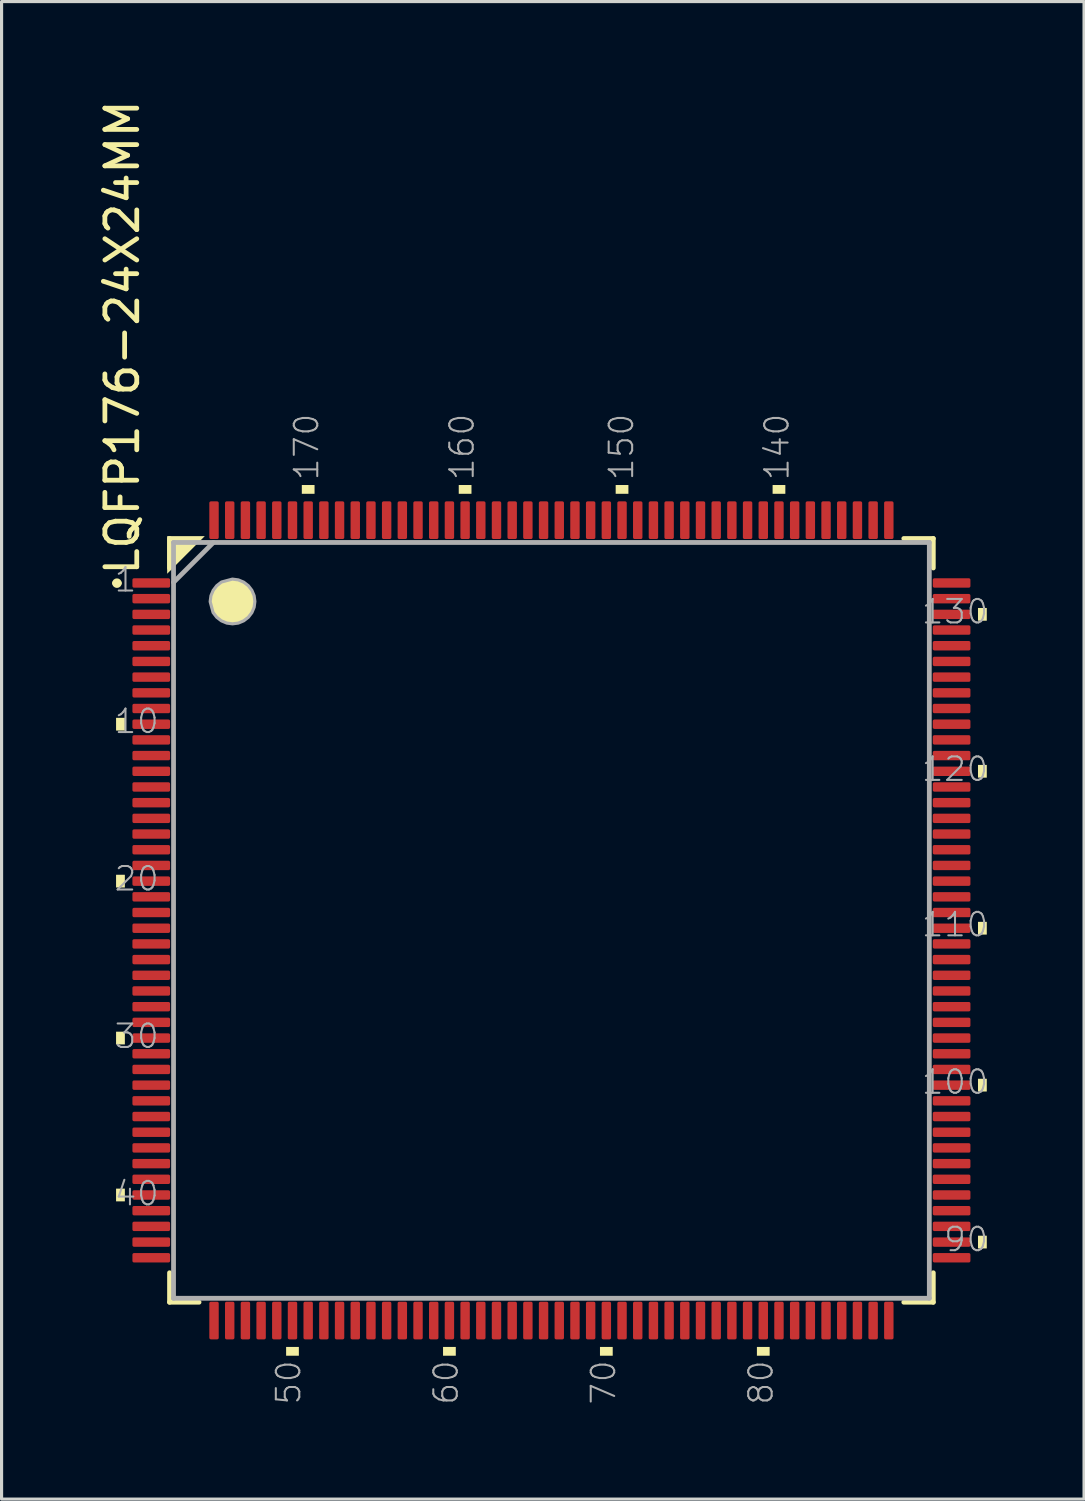
<source format=kicad_pcb>
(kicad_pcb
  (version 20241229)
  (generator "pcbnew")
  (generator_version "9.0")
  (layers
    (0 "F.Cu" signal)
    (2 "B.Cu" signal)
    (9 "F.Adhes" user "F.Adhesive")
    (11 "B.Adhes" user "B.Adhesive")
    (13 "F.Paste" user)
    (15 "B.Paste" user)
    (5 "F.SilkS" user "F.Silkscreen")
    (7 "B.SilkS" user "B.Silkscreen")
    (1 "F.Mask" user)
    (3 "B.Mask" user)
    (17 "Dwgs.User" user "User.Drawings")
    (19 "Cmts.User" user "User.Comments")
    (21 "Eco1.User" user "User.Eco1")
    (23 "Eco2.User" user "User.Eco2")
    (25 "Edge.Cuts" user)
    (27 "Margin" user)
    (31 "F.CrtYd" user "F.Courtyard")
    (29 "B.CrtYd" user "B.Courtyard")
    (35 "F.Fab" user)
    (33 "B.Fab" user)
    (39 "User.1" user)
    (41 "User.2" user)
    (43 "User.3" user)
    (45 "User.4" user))
  (footprint "LQFP176-24X24MM"
    (layer "F.Cu")
    (at 14.519 26.274)
    (property "Reference" "LQFP176-24X24MM" (at -14.268 -10.925 90) (layer "F.SilkS") (effects (font (size 1.016 1.016) (thickness 0.152)) (justify left top)))
    (attr smd)
    (fp_line (start -12.167 -12.167) (end -12.167 -11.227) (stroke (width 0.152) (type solid)) (layer "F.SilkS"))
    (fp_line (start -12.167 11.227) (end -12.167 12.167) (stroke (width 0.152) (type solid)) (layer "F.SilkS"))
    (fp_line (start -12.167 12.167) (end -11.227 12.167) (stroke (width 0.152) (type solid)) (layer "F.SilkS"))
    (fp_line (start 11.227 12.167) (end 12.167 12.167) (stroke (width 0.152) (type solid)) (layer "F.SilkS"))
    (fp_line (start 12.167 -12.167) (end 11.227 -12.167) (stroke (width 0.152) (type solid)) (layer "F.SilkS"))
    (fp_line (start 12.167 -11.227) (end 12.167 -12.167) (stroke (width 0.152) (type solid)) (layer "F.SilkS"))
    (fp_line (start 12.167 12.167) (end 12.167 11.227) (stroke (width 0.152) (type solid)) (layer "F.SilkS"))
    (fp_arc (start -13.9192 -10.7442) (mid -13.843 -10.8204) (end -13.7668 -10.7442) (stroke (width 0.1524) (type solid)) (layer "F.SilkS"))
    (fp_arc (start -13.7668 -10.7442) (mid -13.843 -10.668) (end -13.9192 -10.7442) (stroke (width 0.1524) (type solid)) (layer "F.SilkS"))
    (fp_poly (pts (xy -12.243 -11.043) (xy -12.243 -12.243) (xy -11.043 -12.243)) (stroke (width 0) (type default)) (fill yes) (layer "F.SilkS"))
    (fp_poly (pts (xy -13.591 -6.047) (xy -13.871 -6.047) (xy -13.871 -6.453) (xy -13.591 -6.453)) (stroke (width 0) (type default)) (fill yes) (layer "F.SilkS"))
    (fp_poly (pts (xy -13.591 -1.047) (xy -13.871 -1.047) (xy -13.871 -1.453) (xy -13.591 -1.453)) (stroke (width 0) (type default)) (fill yes) (layer "F.SilkS"))
    (fp_poly (pts (xy -13.591 3.953) (xy -13.871 3.953) (xy -13.871 3.547) (xy -13.591 3.547)) (stroke (width 0) (type default)) (fill yes) (layer "F.SilkS"))
    (fp_poly (pts (xy -13.591 8.953) (xy -13.871 8.953) (xy -13.871 8.547) (xy -13.591 8.547)) (stroke (width 0) (type default)) (fill yes) (layer "F.SilkS"))
    (fp_poly (pts (xy -8.047 13.871) (xy -8.453 13.871) (xy -8.453 13.591) (xy -8.047 13.591)) (stroke (width 0) (type default)) (fill yes) (layer "F.SilkS"))
    (fp_poly (pts (xy -7.547 -13.591) (xy -7.953 -13.591) (xy -7.953 -13.871) (xy -7.547 -13.871)) (stroke (width 0) (type default)) (fill yes) (layer "F.SilkS"))
    (fp_poly (pts (xy -3.047 13.871) (xy -3.453 13.871) (xy -3.453 13.591) (xy -3.047 13.591)) (stroke (width 0) (type default)) (fill yes) (layer "F.SilkS"))
    (fp_poly (pts (xy -2.547 -13.591) (xy -2.953 -13.591) (xy -2.953 -13.871) (xy -2.547 -13.871)) (stroke (width 0) (type default)) (fill yes) (layer "F.SilkS"))
    (fp_poly (pts (xy 1.953 13.871) (xy 1.547 13.871) (xy 1.547 13.591) (xy 1.953 13.591)) (stroke (width 0) (type default)) (fill yes) (layer "F.SilkS"))
    (fp_poly (pts (xy 2.453 -13.591) (xy 2.047 -13.591) (xy 2.047 -13.871) (xy 2.453 -13.871)) (stroke (width 0) (type default)) (fill yes) (layer "F.SilkS"))
    (fp_poly (pts (xy 6.953 13.871) (xy 6.547 13.871) (xy 6.547 13.591) (xy 6.953 13.591)) (stroke (width 0) (type default)) (fill yes) (layer "F.SilkS"))
    (fp_poly (pts (xy 7.453 -13.591) (xy 7.047 -13.591) (xy 7.047 -13.871) (xy 7.453 -13.871)) (stroke (width 0) (type default)) (fill yes) (layer "F.SilkS"))
    (fp_poly (pts (xy 13.871 -9.547) (xy 13.591 -9.547) (xy 13.591 -9.953) (xy 13.871 -9.953)) (stroke (width 0) (type default)) (fill yes) (layer "F.SilkS"))
    (fp_poly (pts (xy 13.871 -4.547) (xy 13.591 -4.547) (xy 13.591 -4.953) (xy 13.871 -4.953)) (stroke (width 0) (type default)) (fill yes) (layer "F.SilkS"))
    (fp_poly (pts (xy 13.871 0.453) (xy 13.591 0.453) (xy 13.591 0.047) (xy 13.871 0.047)) (stroke (width 0) (type default)) (fill yes) (layer "F.SilkS"))
    (fp_poly (pts (xy 13.871 5.453) (xy 13.591 5.453) (xy 13.591 5.047) (xy 13.871 5.047)) (stroke (width 0) (type default)) (fill yes) (layer "F.SilkS"))
    (fp_poly (pts (xy 13.871 10.453) (xy 13.591 10.453) (xy 13.591 10.047) (xy 13.871 10.047)) (stroke (width 0) (type default)) (fill yes) (layer "F.SilkS"))
    (fp_poly (pts (xy -9.976 -10.848) (xy -9.804 -10.776) (xy -9.657 -10.663) (xy -9.544 -10.516) (xy -9.472 -10.344) (xy -9.448 -10.16) (xy -9.472 -9.976) (xy -9.544 -9.804) (xy -9.657 -9.657) (xy -9.804 -9.544) (xy -9.976 -9.472) (xy -10.16 -9.448) (xy -10.344 -9.472) (xy -10.516 -9.544) (xy -10.663 -9.657) (xy -10.78 -9.808) (xy -10.873 -10.155) (xy -10.848 -10.344) (xy -10.776 -10.516) (xy -10.663 -10.663) (xy -10.512 -10.78) (xy -10.165 -10.873)) (stroke (width 0) (type default)) (fill yes) (layer "F.SilkS"))
    (fp_line (start -12.04 -12.04) (end -12.04 12.04) (stroke (width 0.152) (type solid)) (layer "F.Fab"))
    (fp_line (start -12.04 -10.77) (end -10.77 -12.04) (stroke (width 0.152) (type solid)) (layer "F.Fab"))
    (fp_line (start -12.04 12.04) (end 12.04 12.04) (stroke (width 0.152) (type solid)) (layer "F.Fab"))
    (fp_line (start 12.04 -12.04) (end -12.04 -12.04) (stroke (width 0.152) (type solid)) (layer "F.Fab"))
    (fp_line (start 12.04 12.04) (end 12.04 -12.04) (stroke (width 0.152) (type solid)) (layer "F.Fab"))
    (fp_poly (pts (xy -9.976 -10.848) (xy -9.804 -10.776) (xy -9.657 -10.663) (xy -9.544 -10.516) (xy -9.472 -10.344) (xy -9.448 -10.16) (xy -9.472 -9.976) (xy -9.544 -9.804) (xy -9.657 -9.657) (xy -9.804 -9.544) (xy -9.976 -9.472) (xy -10.16 -9.448) (xy -10.344 -9.472) (xy -10.516 -9.544) (xy -10.663 -9.657) (xy -10.78 -9.808) (xy -10.873 -10.155) (xy -10.848 -10.344) (xy -10.776 -10.516) (xy -10.663 -10.663) (xy -10.512 -10.78) (xy -10.165 -10.873)) (stroke (width 0.1) (type default)) (fill no) (layer "F.Fab"))
    (fp_text user "150" (at 2.667 -13.97 90) (layer "F.Fab") (effects (font (size 0.748 0.748) (thickness 0.065)) (justify left bottom)))
    (fp_text user "10" (at -13.97 -5.905 180) (layer "F.Fab") (effects (font (size 0.748 0.748) (thickness 0.065)) (justify left bottom)))
    (fp_text user "140" (at 7.62 -13.97 90) (layer "F.Fab") (effects (font (size 0.748 0.748) (thickness 0.065)) (justify left bottom)))
    (fp_text user "80" (at 7.112 13.97 90) (layer "F.Fab") (effects (font (size 0.748 0.748) (thickness 0.065)) (justify right bottom)))
    (fp_text user "110" (at 13.97 0.572 180) (layer "F.Fab") (effects (font (size 0.748 0.748) (thickness 0.065)) (justify right bottom)))
    (fp_text user "40" (at -13.97 9.144 180) (layer "F.Fab") (effects (font (size 0.748 0.748) (thickness 0.065)) (justify left bottom)))
    (fp_text user "120" (at 13.97 -4.381 180) (layer "F.Fab") (effects (font (size 0.748 0.748) (thickness 0.065)) (justify right bottom)))
    (fp_text user "30" (at -13.97 4.128 180) (layer "F.Fab") (effects (font (size 0.748 0.748) (thickness 0.065)) (justify left bottom)))
    (fp_text user "1" (at -13.97 -10.414 180) (layer "F.Fab") (effects (font (size 0.748 0.748) (thickness 0.065)) (justify left bottom)))
    (fp_text user "130" (at 13.97 -9.398 180) (layer "F.Fab") (effects (font (size 0.748 0.748) (thickness 0.065)) (justify right bottom)))
    (fp_text user "100" (at 13.97 5.588 180) (layer "F.Fab") (effects (font (size 0.748 0.748) (thickness 0.065)) (justify right bottom)))
    (fp_text user "70" (at 2.095 13.97 90) (layer "F.Fab") (effects (font (size 0.748 0.748) (thickness 0.065)) (justify right bottom)))
    (fp_text user "170" (at -7.366 -13.97 90) (layer "F.Fab") (effects (font (size 0.748 0.748) (thickness 0.065)) (justify left bottom)))
    (fp_text user "20" (at -13.97 -0.889 180) (layer "F.Fab") (effects (font (size 0.748 0.748) (thickness 0.065)) (justify left bottom)))
    (fp_text user "160" (at -2.413 -13.97 90) (layer "F.Fab") (effects (font (size 0.748 0.748) (thickness 0.065)) (justify left bottom)))
    (fp_text user "50" (at -7.938 13.97 90) (layer "F.Fab") (effects (font (size 0.748 0.748) (thickness 0.065)) (justify right bottom)))
    (fp_text user "90" (at 13.97 10.604 180) (layer "F.Fab") (effects (font (size 0.748 0.748) (thickness 0.065)) (justify right bottom)))
    (fp_text user "60" (at -2.921 13.97 90) (layer "F.Fab") (effects (font (size 0.748 0.748) (thickness 0.065)) (justify right bottom)))
    (pad "1" smd roundrect (at -12.75 -10.75) (size 1.2 0.3) (layers "F.Cu" "F.Mask" "F.Paste") (roundrect_rratio 0.169))
    (pad "2" smd roundrect (at -12.75 -10.25) (size 1.2 0.3) (layers "F.Cu" "F.Mask" "F.Paste") (roundrect_rratio 0.169))
    (pad "3" smd roundrect (at -12.75 -9.75) (size 1.2 0.3) (layers "F.Cu" "F.Mask" "F.Paste") (roundrect_rratio 0.169))
    (pad "4" smd roundrect (at -12.75 -9.25) (size 1.2 0.3) (layers "F.Cu" "F.Mask" "F.Paste") (roundrect_rratio 0.169))
    (pad "5" smd roundrect (at -12.75 -8.75) (size 1.2 0.3) (layers "F.Cu" "F.Mask" "F.Paste") (roundrect_rratio 0.169))
    (pad "6" smd roundrect (at -12.75 -8.25) (size 1.2 0.3) (layers "F.Cu" "F.Mask" "F.Paste") (roundrect_rratio 0.169))
    (pad "7" smd roundrect (at -12.75 -7.75) (size 1.2 0.3) (layers "F.Cu" "F.Mask" "F.Paste") (roundrect_rratio 0.169))
    (pad "8" smd roundrect (at -12.75 -7.25) (size 1.2 0.3) (layers "F.Cu" "F.Mask" "F.Paste") (roundrect_rratio 0.169))
    (pad "9" smd roundrect (at -12.75 -6.75) (size 1.2 0.3) (layers "F.Cu" "F.Mask" "F.Paste") (roundrect_rratio 0.169))
    (pad "10" smd roundrect (at -12.75 -6.25) (size 1.2 0.3) (layers "F.Cu" "F.Mask" "F.Paste") (roundrect_rratio 0.169))
    (pad "11" smd roundrect (at -12.75 -5.75) (size 1.2 0.3) (layers "F.Cu" "F.Mask" "F.Paste") (roundrect_rratio 0.169))
    (pad "12" smd roundrect (at -12.75 -5.25) (size 1.2 0.3) (layers "F.Cu" "F.Mask" "F.Paste") (roundrect_rratio 0.169))
    (pad "13" smd roundrect (at -12.75 -4.75) (size 1.2 0.3) (layers "F.Cu" "F.Mask" "F.Paste") (roundrect_rratio 0.169))
    (pad "14" smd roundrect (at -12.75 -4.25) (size 1.2 0.3) (layers "F.Cu" "F.Mask" "F.Paste") (roundrect_rratio 0.169))
    (pad "15" smd roundrect (at -12.75 -3.75) (size 1.2 0.3) (layers "F.Cu" "F.Mask" "F.Paste") (roundrect_rratio 0.169))
    (pad "16" smd roundrect (at -12.75 -3.25) (size 1.2 0.3) (layers "F.Cu" "F.Mask" "F.Paste") (roundrect_rratio 0.169))
    (pad "17" smd roundrect (at -12.75 -2.75) (size 1.2 0.3) (layers "F.Cu" "F.Mask" "F.Paste") (roundrect_rratio 0.169))
    (pad "18" smd roundrect (at -12.75 -2.25) (size 1.2 0.3) (layers "F.Cu" "F.Mask" "F.Paste") (roundrect_rratio 0.169))
    (pad "19" smd roundrect (at -12.75 -1.75) (size 1.2 0.3) (layers "F.Cu" "F.Mask" "F.Paste") (roundrect_rratio 0.169))
    (pad "20" smd roundrect (at -12.75 -1.25) (size 1.2 0.3) (layers "F.Cu" "F.Mask" "F.Paste") (roundrect_rratio 0.169))
    (pad "21" smd roundrect (at -12.75 -0.75) (size 1.2 0.3) (layers "F.Cu" "F.Mask" "F.Paste") (roundrect_rratio 0.169))
    (pad "22" smd roundrect (at -12.75 -0.25) (size 1.2 0.3) (layers "F.Cu" "F.Mask" "F.Paste") (roundrect_rratio 0.169))
    (pad "23" smd roundrect (at -12.75 0.25) (size 1.2 0.3) (layers "F.Cu" "F.Mask" "F.Paste") (roundrect_rratio 0.169))
    (pad "24" smd roundrect (at -12.75 0.75) (size 1.2 0.3) (layers "F.Cu" "F.Mask" "F.Paste") (roundrect_rratio 0.169))
    (pad "25" smd roundrect (at -12.75 1.25) (size 1.2 0.3) (layers "F.Cu" "F.Mask" "F.Paste") (roundrect_rratio 0.169))
    (pad "26" smd roundrect (at -12.75 1.75) (size 1.2 0.3) (layers "F.Cu" "F.Mask" "F.Paste") (roundrect_rratio 0.169))
    (pad "27" smd roundrect (at -12.75 2.25) (size 1.2 0.3) (layers "F.Cu" "F.Mask" "F.Paste") (roundrect_rratio 0.169))
    (pad "28" smd roundrect (at -12.75 2.75) (size 1.2 0.3) (layers "F.Cu" "F.Mask" "F.Paste") (roundrect_rratio 0.169))
    (pad "29" smd roundrect (at -12.75 3.25) (size 1.2 0.3) (layers "F.Cu" "F.Mask" "F.Paste") (roundrect_rratio 0.169))
    (pad "30" smd roundrect (at -12.75 3.75) (size 1.2 0.3) (layers "F.Cu" "F.Mask" "F.Paste") (roundrect_rratio 0.169))
    (pad "31" smd roundrect (at -12.75 4.25) (size 1.2 0.3) (layers "F.Cu" "F.Mask" "F.Paste") (roundrect_rratio 0.169))
    (pad "32" smd roundrect (at -12.75 4.75) (size 1.2 0.3) (layers "F.Cu" "F.Mask" "F.Paste") (roundrect_rratio 0.169))
    (pad "33" smd roundrect (at -12.75 5.25) (size 1.2 0.3) (layers "F.Cu" "F.Mask" "F.Paste") (roundrect_rratio 0.169))
    (pad "34" smd roundrect (at -12.75 5.75) (size 1.2 0.3) (layers "F.Cu" "F.Mask" "F.Paste") (roundrect_rratio 0.169))
    (pad "35" smd roundrect (at -12.75 6.25) (size 1.2 0.3) (layers "F.Cu" "F.Mask" "F.Paste") (roundrect_rratio 0.169))
    (pad "36" smd roundrect (at -12.75 6.75) (size 1.2 0.3) (layers "F.Cu" "F.Mask" "F.Paste") (roundrect_rratio 0.169))
    (pad "37" smd roundrect (at -12.75 7.25) (size 1.2 0.3) (layers "F.Cu" "F.Mask" "F.Paste") (roundrect_rratio 0.169))
    (pad "38" smd roundrect (at -12.75 7.75) (size 1.2 0.3) (layers "F.Cu" "F.Mask" "F.Paste") (roundrect_rratio 0.169))
    (pad "39" smd roundrect (at -12.75 8.25) (size 1.2 0.3) (layers "F.Cu" "F.Mask" "F.Paste") (roundrect_rratio 0.169))
    (pad "40" smd roundrect (at -12.75 8.75) (size 1.2 0.3) (layers "F.Cu" "F.Mask" "F.Paste") (roundrect_rratio 0.169))
    (pad "41" smd roundrect (at -12.75 9.25) (size 1.2 0.3) (layers "F.Cu" "F.Mask" "F.Paste") (roundrect_rratio 0.169))
    (pad "42" smd roundrect (at -12.75 9.75) (size 1.2 0.3) (layers "F.Cu" "F.Mask" "F.Paste") (roundrect_rratio 0.169))
    (pad "43" smd roundrect (at -12.75 10.25) (size 1.2 0.3) (layers "F.Cu" "F.Mask" "F.Paste") (roundrect_rratio 0.169))
    (pad "44" smd roundrect (at -12.75 10.75) (size 1.2 0.3) (layers "F.Cu" "F.Mask" "F.Paste") (roundrect_rratio 0.169))
    (pad "45" smd roundrect (at -10.75 12.75 90) (size 1.2 0.3) (layers "F.Cu" "F.Mask" "F.Paste") (roundrect_rratio 0.169))
    (pad "46" smd roundrect (at -10.25 12.75 90) (size 1.2 0.3) (layers "F.Cu" "F.Mask" "F.Paste") (roundrect_rratio 0.169))
    (pad "47" smd roundrect (at -9.75 12.75 90) (size 1.2 0.3) (layers "F.Cu" "F.Mask" "F.Paste") (roundrect_rratio 0.169))
    (pad "48" smd roundrect (at -9.25 12.75 90) (size 1.2 0.3) (layers "F.Cu" "F.Mask" "F.Paste") (roundrect_rratio 0.169))
    (pad "49" smd roundrect (at -8.75 12.75 90) (size 1.2 0.3) (layers "F.Cu" "F.Mask" "F.Paste") (roundrect_rratio 0.169))
    (pad "50" smd roundrect (at -8.25 12.75 90) (size 1.2 0.3) (layers "F.Cu" "F.Mask" "F.Paste") (roundrect_rratio 0.169))
    (pad "51" smd roundrect (at -7.75 12.75 90) (size 1.2 0.3) (layers "F.Cu" "F.Mask" "F.Paste") (roundrect_rratio 0.169))
    (pad "52" smd roundrect (at -7.25 12.75 90) (size 1.2 0.3) (layers "F.Cu" "F.Mask" "F.Paste") (roundrect_rratio 0.169))
    (pad "53" smd roundrect (at -6.75 12.75 90) (size 1.2 0.3) (layers "F.Cu" "F.Mask" "F.Paste") (roundrect_rratio 0.169))
    (pad "54" smd roundrect (at -6.25 12.75 90) (size 1.2 0.3) (layers "F.Cu" "F.Mask" "F.Paste") (roundrect_rratio 0.169))
    (pad "55" smd roundrect (at -5.75 12.75 90) (size 1.2 0.3) (layers "F.Cu" "F.Mask" "F.Paste") (roundrect_rratio 0.169))
    (pad "56" smd roundrect (at -5.25 12.75 90) (size 1.2 0.3) (layers "F.Cu" "F.Mask" "F.Paste") (roundrect_rratio 0.169))
    (pad "57" smd roundrect (at -4.75 12.75 90) (size 1.2 0.3) (layers "F.Cu" "F.Mask" "F.Paste") (roundrect_rratio 0.169))
    (pad "58" smd roundrect (at -4.25 12.75 90) (size 1.2 0.3) (layers "F.Cu" "F.Mask" "F.Paste") (roundrect_rratio 0.169))
    (pad "59" smd roundrect (at -3.75 12.75 90) (size 1.2 0.3) (layers "F.Cu" "F.Mask" "F.Paste") (roundrect_rratio 0.169))
    (pad "60" smd roundrect (at -3.25 12.75 90) (size 1.2 0.3) (layers "F.Cu" "F.Mask" "F.Paste") (roundrect_rratio 0.169))
    (pad "61" smd roundrect (at -2.75 12.75 90) (size 1.2 0.3) (layers "F.Cu" "F.Mask" "F.Paste") (roundrect_rratio 0.169))
    (pad "62" smd roundrect (at -2.25 12.75 90) (size 1.2 0.3) (layers "F.Cu" "F.Mask" "F.Paste") (roundrect_rratio 0.169))
    (pad "63" smd roundrect (at -1.75 12.75 90) (size 1.2 0.3) (layers "F.Cu" "F.Mask" "F.Paste") (roundrect_rratio 0.169))
    (pad "64" smd roundrect (at -1.25 12.75 90) (size 1.2 0.3) (layers "F.Cu" "F.Mask" "F.Paste") (roundrect_rratio 0.169))
    (pad "65" smd roundrect (at -0.75 12.75 90) (size 1.2 0.3) (layers "F.Cu" "F.Mask" "F.Paste") (roundrect_rratio 0.169))
    (pad "66" smd roundrect (at -0.25 12.75 90) (size 1.2 0.3) (layers "F.Cu" "F.Mask" "F.Paste") (roundrect_rratio 0.169))
    (pad "67" smd roundrect (at 0.25 12.75 90) (size 1.2 0.3) (layers "F.Cu" "F.Mask" "F.Paste") (roundrect_rratio 0.169))
    (pad "68" smd roundrect (at 0.75 12.75 90) (size 1.2 0.3) (layers "F.Cu" "F.Mask" "F.Paste") (roundrect_rratio 0.169))
    (pad "69" smd roundrect (at 1.25 12.75 90) (size 1.2 0.3) (layers "F.Cu" "F.Mask" "F.Paste") (roundrect_rratio 0.169))
    (pad "70" smd roundrect (at 1.75 12.75 90) (size 1.2 0.3) (layers "F.Cu" "F.Mask" "F.Paste") (roundrect_rratio 0.169))
    (pad "71" smd roundrect (at 2.25 12.75 90) (size 1.2 0.3) (layers "F.Cu" "F.Mask" "F.Paste") (roundrect_rratio 0.169))
    (pad "72" smd roundrect (at 2.75 12.75 90) (size 1.2 0.3) (layers "F.Cu" "F.Mask" "F.Paste") (roundrect_rratio 0.169))
    (pad "73" smd roundrect (at 3.25 12.75 90) (size 1.2 0.3) (layers "F.Cu" "F.Mask" "F.Paste") (roundrect_rratio 0.169))
    (pad "74" smd roundrect (at 3.75 12.75 90) (size 1.2 0.3) (layers "F.Cu" "F.Mask" "F.Paste") (roundrect_rratio 0.169))
    (pad "75" smd roundrect (at 4.25 12.75 90) (size 1.2 0.3) (layers "F.Cu" "F.Mask" "F.Paste") (roundrect_rratio 0.169))
    (pad "76" smd roundrect (at 4.75 12.75 90) (size 1.2 0.3) (layers "F.Cu" "F.Mask" "F.Paste") (roundrect_rratio 0.169))
    (pad "77" smd roundrect (at 5.25 12.75 90) (size 1.2 0.3) (layers "F.Cu" "F.Mask" "F.Paste") (roundrect_rratio 0.169))
    (pad "78" smd roundrect (at 5.75 12.75 90) (size 1.2 0.3) (layers "F.Cu" "F.Mask" "F.Paste") (roundrect_rratio 0.169))
    (pad "79" smd roundrect (at 6.25 12.75 90) (size 1.2 0.3) (layers "F.Cu" "F.Mask" "F.Paste") (roundrect_rratio 0.169))
    (pad "80" smd roundrect (at 6.75 12.75 90) (size 1.2 0.3) (layers "F.Cu" "F.Mask" "F.Paste") (roundrect_rratio 0.169))
    (pad "81" smd roundrect (at 7.25 12.75 90) (size 1.2 0.3) (layers "F.Cu" "F.Mask" "F.Paste") (roundrect_rratio 0.169))
    (pad "82" smd roundrect (at 7.75 12.75 90) (size 1.2 0.3) (layers "F.Cu" "F.Mask" "F.Paste") (roundrect_rratio 0.169))
    (pad "83" smd roundrect (at 8.25 12.75 90) (size 1.2 0.3) (layers "F.Cu" "F.Mask" "F.Paste") (roundrect_rratio 0.169))
    (pad "84" smd roundrect (at 8.75 12.75 90) (size 1.2 0.3) (layers "F.Cu" "F.Mask" "F.Paste") (roundrect_rratio 0.169))
    (pad "85" smd roundrect (at 9.25 12.75 90) (size 1.2 0.3) (layers "F.Cu" "F.Mask" "F.Paste") (roundrect_rratio 0.169))
    (pad "86" smd roundrect (at 9.75 12.75 90) (size 1.2 0.3) (layers "F.Cu" "F.Mask" "F.Paste") (roundrect_rratio 0.169))
    (pad "87" smd roundrect (at 10.25 12.75 90) (size 1.2 0.3) (layers "F.Cu" "F.Mask" "F.Paste") (roundrect_rratio 0.169))
    (pad "88" smd roundrect (at 10.75 12.75 90) (size 1.2 0.3) (layers "F.Cu" "F.Mask" "F.Paste") (roundrect_rratio 0.169))
    (pad "89" smd roundrect (at 12.75 10.75 180) (size 1.2 0.3) (layers "F.Cu" "F.Mask" "F.Paste") (roundrect_rratio 0.169))
    (pad "90" smd roundrect (at 12.75 10.25 180) (size 1.2 0.3) (layers "F.Cu" "F.Mask" "F.Paste") (roundrect_rratio 0.169))
    (pad "91" smd roundrect (at 12.75 9.75 180) (size 1.2 0.3) (layers "F.Cu" "F.Mask" "F.Paste") (roundrect_rratio 0.169))
    (pad "92" smd roundrect (at 12.75 9.25 180) (size 1.2 0.3) (layers "F.Cu" "F.Mask" "F.Paste") (roundrect_rratio 0.169))
    (pad "93" smd roundrect (at 12.75 8.75 180) (size 1.2 0.3) (layers "F.Cu" "F.Mask" "F.Paste") (roundrect_rratio 0.169))
    (pad "94" smd roundrect (at 12.75 8.25 180) (size 1.2 0.3) (layers "F.Cu" "F.Mask" "F.Paste") (roundrect_rratio 0.169))
    (pad "95" smd roundrect (at 12.75 7.75 180) (size 1.2 0.3) (layers "F.Cu" "F.Mask" "F.Paste") (roundrect_rratio 0.169))
    (pad "96" smd roundrect (at 12.75 7.25 180) (size 1.2 0.3) (layers "F.Cu" "F.Mask" "F.Paste") (roundrect_rratio 0.169))
    (pad "97" smd roundrect (at 12.75 6.75 180) (size 1.2 0.3) (layers "F.Cu" "F.Mask" "F.Paste") (roundrect_rratio 0.169))
    (pad "98" smd roundrect (at 12.75 6.25 180) (size 1.2 0.3) (layers "F.Cu" "F.Mask" "F.Paste") (roundrect_rratio 0.169))
    (pad "99" smd roundrect (at 12.75 5.75 180) (size 1.2 0.3) (layers "F.Cu" "F.Mask" "F.Paste") (roundrect_rratio 0.169))
    (pad "100" smd roundrect (at 12.75 5.25 180) (size 1.2 0.3) (layers "F.Cu" "F.Mask" "F.Paste") (roundrect_rratio 0.169))
    (pad "101" smd roundrect (at 12.75 4.75 180) (size 1.2 0.3) (layers "F.Cu" "F.Mask" "F.Paste") (roundrect_rratio 0.169))
    (pad "102" smd roundrect (at 12.75 4.25 180) (size 1.2 0.3) (layers "F.Cu" "F.Mask" "F.Paste") (roundrect_rratio 0.169))
    (pad "103" smd roundrect (at 12.75 3.75 180) (size 1.2 0.3) (layers "F.Cu" "F.Mask" "F.Paste") (roundrect_rratio 0.169))
    (pad "104" smd roundrect (at 12.75 3.25 180) (size 1.2 0.3) (layers "F.Cu" "F.Mask" "F.Paste") (roundrect_rratio 0.169))
    (pad "105" smd roundrect (at 12.75 2.75 180) (size 1.2 0.3) (layers "F.Cu" "F.Mask" "F.Paste") (roundrect_rratio 0.169))
    (pad "106" smd roundrect (at 12.75 2.25 180) (size 1.2 0.3) (layers "F.Cu" "F.Mask" "F.Paste") (roundrect_rratio 0.169))
    (pad "107" smd roundrect (at 12.75 1.75 180) (size 1.2 0.3) (layers "F.Cu" "F.Mask" "F.Paste") (roundrect_rratio 0.169))
    (pad "108" smd roundrect (at 12.75 1.25 180) (size 1.2 0.3) (layers "F.Cu" "F.Mask" "F.Paste") (roundrect_rratio 0.169))
    (pad "109" smd roundrect (at 12.75 0.75 180) (size 1.2 0.3) (layers "F.Cu" "F.Mask" "F.Paste") (roundrect_rratio 0.169))
    (pad "110" smd roundrect (at 12.75 0.25 180) (size 1.2 0.3) (layers "F.Cu" "F.Mask" "F.Paste") (roundrect_rratio 0.169))
    (pad "111" smd roundrect (at 12.75 -0.25 180) (size 1.2 0.3) (layers "F.Cu" "F.Mask" "F.Paste") (roundrect_rratio 0.169))
    (pad "112" smd roundrect (at 12.75 -0.75 180) (size 1.2 0.3) (layers "F.Cu" "F.Mask" "F.Paste") (roundrect_rratio 0.169))
    (pad "113" smd roundrect (at 12.75 -1.25 180) (size 1.2 0.3) (layers "F.Cu" "F.Mask" "F.Paste") (roundrect_rratio 0.169))
    (pad "114" smd roundrect (at 12.75 -1.75 180) (size 1.2 0.3) (layers "F.Cu" "F.Mask" "F.Paste") (roundrect_rratio 0.169))
    (pad "115" smd roundrect (at 12.75 -2.25 180) (size 1.2 0.3) (layers "F.Cu" "F.Mask" "F.Paste") (roundrect_rratio 0.169))
    (pad "116" smd roundrect (at 12.75 -2.75 180) (size 1.2 0.3) (layers "F.Cu" "F.Mask" "F.Paste") (roundrect_rratio 0.169))
    (pad "117" smd roundrect (at 12.75 -3.25 180) (size 1.2 0.3) (layers "F.Cu" "F.Mask" "F.Paste") (roundrect_rratio 0.169))
    (pad "118" smd roundrect (at 12.75 -3.75 180) (size 1.2 0.3) (layers "F.Cu" "F.Mask" "F.Paste") (roundrect_rratio 0.169))
    (pad "119" smd roundrect (at 12.75 -4.25 180) (size 1.2 0.3) (layers "F.Cu" "F.Mask" "F.Paste") (roundrect_rratio 0.169))
    (pad "120" smd roundrect (at 12.75 -4.75 180) (size 1.2 0.3) (layers "F.Cu" "F.Mask" "F.Paste") (roundrect_rratio 0.169))
    (pad "121" smd roundrect (at 12.75 -5.25 180) (size 1.2 0.3) (layers "F.Cu" "F.Mask" "F.Paste") (roundrect_rratio 0.169))
    (pad "122" smd roundrect (at 12.75 -5.75 180) (size 1.2 0.3) (layers "F.Cu" "F.Mask" "F.Paste") (roundrect_rratio 0.169))
    (pad "123" smd roundrect (at 12.75 -6.25 180) (size 1.2 0.3) (layers "F.Cu" "F.Mask" "F.Paste") (roundrect_rratio 0.169))
    (pad "124" smd roundrect (at 12.75 -6.75 180) (size 1.2 0.3) (layers "F.Cu" "F.Mask" "F.Paste") (roundrect_rratio 0.169))
    (pad "125" smd roundrect (at 12.75 -7.25 180) (size 1.2 0.3) (layers "F.Cu" "F.Mask" "F.Paste") (roundrect_rratio 0.169))
    (pad "126" smd roundrect (at 12.75 -7.75 180) (size 1.2 0.3) (layers "F.Cu" "F.Mask" "F.Paste") (roundrect_rratio 0.169))
    (pad "127" smd roundrect (at 12.75 -8.25 180) (size 1.2 0.3) (layers "F.Cu" "F.Mask" "F.Paste") (roundrect_rratio 0.169))
    (pad "128" smd roundrect (at 12.75 -8.75 180) (size 1.2 0.3) (layers "F.Cu" "F.Mask" "F.Paste") (roundrect_rratio 0.169))
    (pad "129" smd roundrect (at 12.75 -9.25 180) (size 1.2 0.3) (layers "F.Cu" "F.Mask" "F.Paste") (roundrect_rratio 0.169))
    (pad "130" smd roundrect (at 12.75 -9.75 180) (size 1.2 0.3) (layers "F.Cu" "F.Mask" "F.Paste") (roundrect_rratio 0.169))
    (pad "131" smd roundrect (at 12.75 -10.25 180) (size 1.2 0.3) (layers "F.Cu" "F.Mask" "F.Paste") (roundrect_rratio 0.169))
    (pad "132" smd roundrect (at 12.75 -10.75 180) (size 1.2 0.3) (layers "F.Cu" "F.Mask" "F.Paste") (roundrect_rratio 0.169))
    (pad "133" smd roundrect (at 10.75 -12.75 270) (size 1.2 0.3) (layers "F.Cu" "F.Mask" "F.Paste") (roundrect_rratio 0.169))
    (pad "134" smd roundrect (at 10.25 -12.75 270) (size 1.2 0.3) (layers "F.Cu" "F.Mask" "F.Paste") (roundrect_rratio 0.169))
    (pad "135" smd roundrect (at 9.75 -12.75 270) (size 1.2 0.3) (layers "F.Cu" "F.Mask" "F.Paste") (roundrect_rratio 0.169))
    (pad "136" smd roundrect (at 9.25 -12.75 270) (size 1.2 0.3) (layers "F.Cu" "F.Mask" "F.Paste") (roundrect_rratio 0.169))
    (pad "137" smd roundrect (at 8.75 -12.75 270) (size 1.2 0.3) (layers "F.Cu" "F.Mask" "F.Paste") (roundrect_rratio 0.169))
    (pad "138" smd roundrect (at 8.25 -12.75 270) (size 1.2 0.3) (layers "F.Cu" "F.Mask" "F.Paste") (roundrect_rratio 0.169))
    (pad "139" smd roundrect (at 7.75 -12.75 270) (size 1.2 0.3) (layers "F.Cu" "F.Mask" "F.Paste") (roundrect_rratio 0.169))
    (pad "140" smd roundrect (at 7.25 -12.75 270) (size 1.2 0.3) (layers "F.Cu" "F.Mask" "F.Paste") (roundrect_rratio 0.169))
    (pad "141" smd roundrect (at 6.75 -12.75 270) (size 1.2 0.3) (layers "F.Cu" "F.Mask" "F.Paste") (roundrect_rratio 0.169))
    (pad "142" smd roundrect (at 6.25 -12.75 270) (size 1.2 0.3) (layers "F.Cu" "F.Mask" "F.Paste") (roundrect_rratio 0.169))
    (pad "143" smd roundrect (at 5.75 -12.75 270) (size 1.2 0.3) (layers "F.Cu" "F.Mask" "F.Paste") (roundrect_rratio 0.169))
    (pad "144" smd roundrect (at 5.25 -12.75 270) (size 1.2 0.3) (layers "F.Cu" "F.Mask" "F.Paste") (roundrect_rratio 0.169))
    (pad "145" smd roundrect (at 4.75 -12.75 270) (size 1.2 0.3) (layers "F.Cu" "F.Mask" "F.Paste") (roundrect_rratio 0.169))
    (pad "146" smd roundrect (at 4.25 -12.75 270) (size 1.2 0.3) (layers "F.Cu" "F.Mask" "F.Paste") (roundrect_rratio 0.169))
    (pad "147" smd roundrect (at 3.75 -12.75 270) (size 1.2 0.3) (layers "F.Cu" "F.Mask" "F.Paste") (roundrect_rratio 0.169))
    (pad "148" smd roundrect (at 3.25 -12.75 270) (size 1.2 0.3) (layers "F.Cu" "F.Mask" "F.Paste") (roundrect_rratio 0.169))
    (pad "149" smd roundrect (at 2.75 -12.75 270) (size 1.2 0.3) (layers "F.Cu" "F.Mask" "F.Paste") (roundrect_rratio 0.169))
    (pad "150" smd roundrect (at 2.25 -12.75 270) (size 1.2 0.3) (layers "F.Cu" "F.Mask" "F.Paste") (roundrect_rratio 0.169))
    (pad "151" smd roundrect (at 1.75 -12.75 270) (size 1.2 0.3) (layers "F.Cu" "F.Mask" "F.Paste") (roundrect_rratio 0.169))
    (pad "152" smd roundrect (at 1.25 -12.75 270) (size 1.2 0.3) (layers "F.Cu" "F.Mask" "F.Paste") (roundrect_rratio 0.169))
    (pad "153" smd roundrect (at 0.75 -12.75 270) (size 1.2 0.3) (layers "F.Cu" "F.Mask" "F.Paste") (roundrect_rratio 0.169))
    (pad "154" smd roundrect (at 0.25 -12.75 270) (size 1.2 0.3) (layers "F.Cu" "F.Mask" "F.Paste") (roundrect_rratio 0.169))
    (pad "155" smd roundrect (at -0.25 -12.75 270) (size 1.2 0.3) (layers "F.Cu" "F.Mask" "F.Paste") (roundrect_rratio 0.169))
    (pad "156" smd roundrect (at -0.75 -12.75 270) (size 1.2 0.3) (layers "F.Cu" "F.Mask" "F.Paste") (roundrect_rratio 0.169))
    (pad "157" smd roundrect (at -1.25 -12.75 270) (size 1.2 0.3) (layers "F.Cu" "F.Mask" "F.Paste") (roundrect_rratio 0.169))
    (pad "158" smd roundrect (at -1.75 -12.75 270) (size 1.2 0.3) (layers "F.Cu" "F.Mask" "F.Paste") (roundrect_rratio 0.169))
    (pad "159" smd roundrect (at -2.25 -12.75 270) (size 1.2 0.3) (layers "F.Cu" "F.Mask" "F.Paste") (roundrect_rratio 0.169))
    (pad "160" smd roundrect (at -2.75 -12.75 270) (size 1.2 0.3) (layers "F.Cu" "F.Mask" "F.Paste") (roundrect_rratio 0.169))
    (pad "161" smd roundrect (at -3.25 -12.75 270) (size 1.2 0.3) (layers "F.Cu" "F.Mask" "F.Paste") (roundrect_rratio 0.169))
    (pad "162" smd roundrect (at -3.75 -12.75 270) (size 1.2 0.3) (layers "F.Cu" "F.Mask" "F.Paste") (roundrect_rratio 0.169))
    (pad "163" smd roundrect (at -4.25 -12.75 270) (size 1.2 0.3) (layers "F.Cu" "F.Mask" "F.Paste") (roundrect_rratio 0.169))
    (pad "164" smd roundrect (at -4.75 -12.75 270) (size 1.2 0.3) (layers "F.Cu" "F.Mask" "F.Paste") (roundrect_rratio 0.169))
    (pad "165" smd roundrect (at -5.25 -12.75 270) (size 1.2 0.3) (layers "F.Cu" "F.Mask" "F.Paste") (roundrect_rratio 0.169))
    (pad "166" smd roundrect (at -5.75 -12.75 270) (size 1.2 0.3) (layers "F.Cu" "F.Mask" "F.Paste") (roundrect_rratio 0.169))
    (pad "167" smd roundrect (at -6.25 -12.75 270) (size 1.2 0.3) (layers "F.Cu" "F.Mask" "F.Paste") (roundrect_rratio 0.169))
    (pad "168" smd roundrect (at -6.75 -12.75 270) (size 1.2 0.3) (layers "F.Cu" "F.Mask" "F.Paste") (roundrect_rratio 0.169))
    (pad "169" smd roundrect (at -7.25 -12.75 270) (size 1.2 0.3) (layers "F.Cu" "F.Mask" "F.Paste") (roundrect_rratio 0.169))
    (pad "170" smd roundrect (at -7.75 -12.75 270) (size 1.2 0.3) (layers "F.Cu" "F.Mask" "F.Paste") (roundrect_rratio 0.169))
    (pad "171" smd roundrect (at -8.25 -12.75 270) (size 1.2 0.3) (layers "F.Cu" "F.Mask" "F.Paste") (roundrect_rratio 0.169))
    (pad "172" smd roundrect (at -8.75 -12.75 270) (size 1.2 0.3) (layers "F.Cu" "F.Mask" "F.Paste") (roundrect_rratio 0.169))
    (pad "173" smd roundrect (at -9.25 -12.75 270) (size 1.2 0.3) (layers "F.Cu" "F.Mask" "F.Paste") (roundrect_rratio 0.169))
    (pad "174" smd roundrect (at -9.75 -12.75 270) (size 1.2 0.3) (layers "F.Cu" "F.Mask" "F.Paste") (roundrect_rratio 0.169))
    (pad "175" smd roundrect (at -10.25 -12.75 270) (size 1.2 0.3) (layers "F.Cu" "F.Mask" "F.Paste") (roundrect_rratio 0.169))
    (pad "176" smd roundrect (at -10.75 -12.75 270) (size 1.2 0.3) (layers "F.Cu" "F.Mask" "F.Paste") (roundrect_rratio 0.169)))
  (gr_rect
    (start -3 -3)
    (end 31.489 44.714)
    (stroke (width 0.1) (type default))
    (fill no)
    (layer "Edge.Cuts")))
</source>
